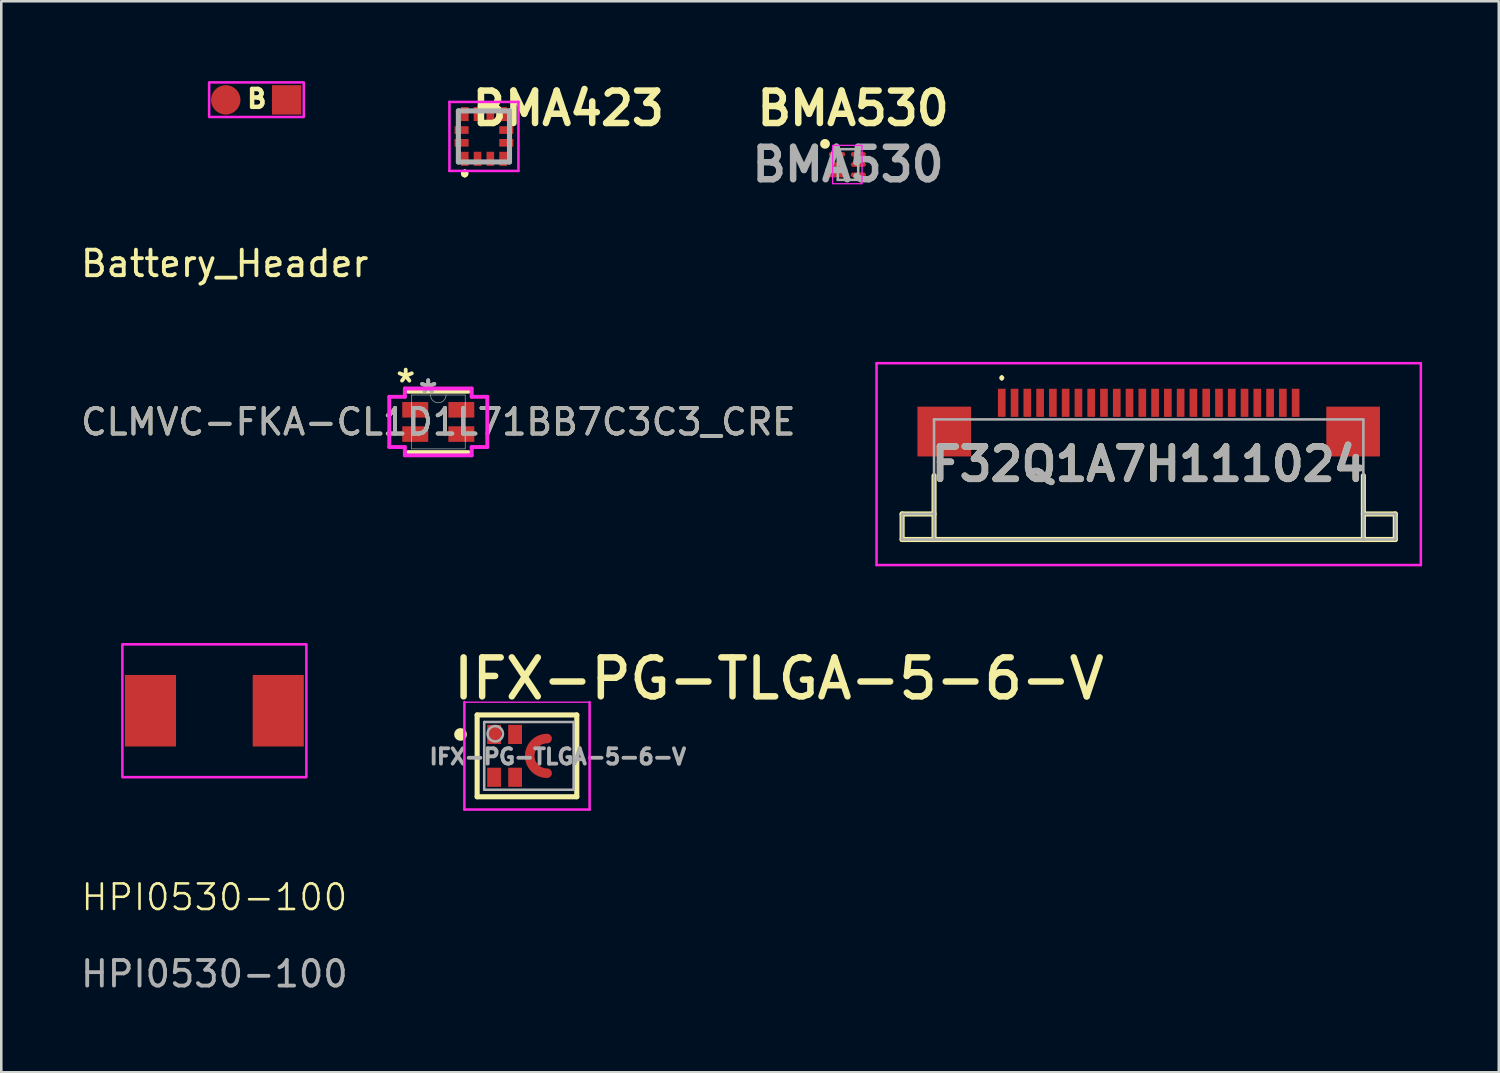
<source format=kicad_pcb>
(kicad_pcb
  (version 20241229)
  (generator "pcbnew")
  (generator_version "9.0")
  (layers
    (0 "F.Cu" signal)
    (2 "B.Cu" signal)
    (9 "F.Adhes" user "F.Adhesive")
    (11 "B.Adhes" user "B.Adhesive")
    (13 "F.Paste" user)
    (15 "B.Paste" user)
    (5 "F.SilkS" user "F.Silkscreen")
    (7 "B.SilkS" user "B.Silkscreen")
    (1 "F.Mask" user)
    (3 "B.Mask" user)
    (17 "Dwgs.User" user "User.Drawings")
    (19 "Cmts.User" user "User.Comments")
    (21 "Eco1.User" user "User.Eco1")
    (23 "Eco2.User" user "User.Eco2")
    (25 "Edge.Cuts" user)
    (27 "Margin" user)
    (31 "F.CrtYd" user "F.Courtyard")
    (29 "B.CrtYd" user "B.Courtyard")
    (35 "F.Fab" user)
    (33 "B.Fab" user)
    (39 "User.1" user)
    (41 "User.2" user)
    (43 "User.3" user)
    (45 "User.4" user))
  (footprint "IFX-PG-TLGA-5-6-V"
    (layer "F.Cu")
    (at 17.322 26.529)
    (property "Reference" "IFX-PG-TLGA-5-6-V" (at -2.76 -2.13 0) (unlocked yes) (layer "F.SilkS") (effects (font (size 1.524 1.524) (thickness 0.254)) (justify left bottom)))
    (fp_arc (start 1.034003 0.673499) (mid 0.360999 -0.001) (end 1.035001 -0.674502) (stroke (width 0.38) (type solid)) (layer "F.Mask"))
    (fp_line (start -1.7 -1.6) (end 2.2 -1.6) (stroke (width 0.2) (type solid)) (layer "F.SilkS"))
    (fp_line (start -1.7 1.6) (end -1.7 -1.6) (stroke (width 0.2) (type solid)) (layer "F.SilkS"))
    (fp_line (start -1.7 1.6) (end 2.2 1.6) (stroke (width 0.2) (type solid)) (layer "F.SilkS"))
    (fp_line (start 2.2 1.6) (end 2.2 -1.6) (stroke (width 0.2) (type solid)) (layer "F.SilkS"))
    (fp_circle (center -2.35 -0.838) (end -2.35 -0.963) (stroke (width 0.25) (type solid)) (fill no) (layer "F.SilkS"))
    (fp_arc (start 0.401232 -0.229454) (mid 0.643992 -0.549905) (end 1.025788 -0.675814) (stroke (width 0.29) (type solid)) (layer "F.Paste"))
    (fp_arc (start 1.035 0.674269) (mid 0.625737 0.534327) (end 0.385704 0.174516) (stroke (width 0.29) (type solid)) (layer "F.Paste"))
    (fp_poly (pts (xy -1.272 -1.053) (xy -1.268 -1.093) (xy -1.24 -1.121) (xy -1.212 -1.149) (xy -1.172 -1.153) (xy -1.12 -1.153) (xy -0.902 -1.153) (xy -0.862 -1.149) (xy -0.806 -1.093) (xy -0.802 -1.053) (xy -0.802 -0.623) (xy -0.806 -0.583) (xy -0.862 -0.527) (xy -0.902 -0.523) (xy -1.172 -0.523) (xy -1.212 -0.527) (xy -1.268 -0.583) (xy -1.272 -0.623)) (stroke (width 0) (type default)) (fill yes) (layer "F.Paste"))
    (fp_poly (pts (arc (start -1.272 0.623) (mid -1.242711 0.552289) (end -1.172 0.523)) (arc (start -0.902 0.523) (mid -0.831289 0.552289) (end -0.802 0.623)) (arc (start -0.802 1.053) (mid -0.831289 1.123711) (end -0.902 1.153)) (arc (start -1.172 1.153) (mid -1.242711 1.123711) (end -1.272 1.053))) (stroke (width 0) (type default)) (fill yes) (layer "F.Paste"))
    (fp_poly (pts (arc (start -0.45 -1.053) (mid -0.420711 -1.123711) (end -0.35 -1.153)) (arc (start -0.08 -1.153) (mid -0.009289 -1.123711) (end 0.02 -1.053)) (arc (start 0.02 -0.623) (mid -0.009289 -0.552289) (end -0.08 -0.523)) (arc (start -0.35 -0.523) (mid -0.420711 -0.552289) (end -0.45 -0.623))) (stroke (width 0) (type default)) (fill yes) (layer "F.Paste"))
    (fp_poly (pts (arc (start -0.45 0.623) (mid -0.420711 0.552289) (end -0.35 0.523)) (arc (start -0.08 0.523) (mid -0.009289 0.552289) (end 0.02 0.623)) (arc (start 0.02 1.053) (mid -0.009289 1.123711) (end -0.08 1.153)) (arc (start -0.35 1.153) (mid -0.420711 1.123711) (end -0.45 1.053))) (stroke (width 0) (type default)) (fill yes) (layer "F.Paste"))
    (fp_line (start -2.2 -2.1) (end 2.7 -2.1) (stroke (width 0.05) (type default)) (layer "F.CrtYd"))
    (fp_line (start -2.2 2.1) (end -2.2 -2.1) (stroke (width 0.1) (type solid)) (layer "F.CrtYd"))
    (fp_line (start -2.2 2.1) (end 2.7 2.1) (stroke (width 0.1) (type solid)) (layer "F.CrtYd"))
    (fp_line (start 2.7 2.1) (end 2.7 -2.1) (stroke (width 0.1) (type solid)) (layer "F.CrtYd"))
    (fp_line (start -1.423 -1.325) (end 2.077 -1.325) (stroke (width 0.1) (type solid)) (layer "F.Fab"))
    (fp_line (start -1.423 1.325) (end -1.423 -1.325) (stroke (width 0.1) (type solid)) (layer "F.Fab"))
    (fp_line (start -1.423 1.325) (end 2.077 1.325) (stroke (width 0.1) (type solid)) (layer "F.Fab"))
    (fp_line (start 2.077 1.325) (end 2.077 -1.325) (stroke (width 0.1) (type solid)) (layer "F.Fab"))
    (fp_circle (center -0.991 -0.864) (end -0.691 -0.864) (stroke (width 0.1) (type solid)) (fill no) (layer "F.Fab"))
    (fp_text user "${REFERENCE}" (at -3.643 0.385 0) (unlocked yes) (layer "F.Fab") (effects (font (size 0.6 0.6) (thickness 0.15)) (justify left bottom)))
    (pad "1" smd rect (at -1.037 -0.838) (size 0.54 0.75) (layers "F.Cu" "F.Mask" "F.Paste"))
    (pad "2" smd rect (at -0.215 -0.838) (size 0.54 0.75) (layers "F.Cu" "F.Mask" "F.Paste"))
    (pad "3" smd rect (at -1.037 0.838) (size 0.54 0.75) (layers "F.Cu" "F.Mask" "F.Paste"))
    (pad "4" smd rect (at -0.215 0.838) (size 0.54 0.75) (layers "F.Cu" "F.Mask" "F.Paste"))
    (pad "5" smd custom (at 0.358 0.001) (size 0.3 0.3) (layers "F.Cu" "F.Mask") (options (anchor circle)) (primitives (gr_arc (start 0.6775 0.6775) (mid -0.0005 0) (end 0.6775 -0.6775) (width 0.38)))))
  (footprint "Battery_Header"
    (layer "F.Cu")
    (at 6.834 0.925)
    (property "Reference" "Battery_Header" (at -1.09 6.34 0) (layer "F.SilkS") (effects (font (size 1 1) (thickness 0.15))))
    (attr through_hole)
    (fp_rect (start -1.7 -0.75) (end 2.003 0.603) (stroke (width 0.1) (type default)) (fill no) (layer "F.CrtYd"))
    (fp_text user "B" (at -0.3 0.3 0) (unlocked yes) (layer "F.SilkS") (effects (font (size 0.7 0.7) (thickness 0.175) (bold yes)) (justify left bottom)))
    (pad "1" smd oval (at -1.05 -0.067 270) (size 1.15 1.15) (layers "F.Cu" "F.Mask" "F.Paste"))
    (pad "2" smd rect (at 1.333 -0.067 270) (size 1.15 1.15) (layers "F.Cu" "F.Mask" "F.Paste")))
  (footprint "F32Q1A7H111024"
    (layer "F.Cu")
    (at 41.902 15.388)
    (property "Reference" "F32Q1A7H111024" (at 0 -0.275 0) (layer "F.SilkS") (effects (font (size 1.27 1.27) (thickness 0.254))))
    (attr smd)
    (fp_line (start -9.65 1.675) (end -9.65 2.675) (stroke (width 0.2) (type solid)) (layer "F.SilkS"))
    (fp_line (start -9.65 2.675) (end -8.4 2.675) (stroke (width 0.2) (type solid)) (layer "F.SilkS"))
    (fp_line (start -8.4 0.175) (end -8.4 2.675) (stroke (width 0.2) (type solid)) (layer "F.SilkS"))
    (fp_line (start -8.4 1.675) (end -9.65 1.675) (stroke (width 0.2) (type solid)) (layer "F.SilkS"))
    (fp_line (start -8.4 2.675) (end 8.4 2.675) (stroke (width 0.2) (type solid)) (layer "F.SilkS"))
    (fp_line (start -5.75 -3.7) (end -5.75 -3.7) (stroke (width 0.1) (type solid)) (layer "F.SilkS"))
    (fp_line (start -5.75 -3.6) (end -5.75 -3.6) (stroke (width 0.1) (type solid)) (layer "F.SilkS"))
    (fp_line (start 8.4 1.675) (end 9.65 1.675) (stroke (width 0.2) (type solid)) (layer "F.SilkS"))
    (fp_line (start 8.4 2.675) (end 8.4 0.175) (stroke (width 0.2) (type solid)) (layer "F.SilkS"))
    (fp_line (start 9.65 1.675) (end 9.65 2.675) (stroke (width 0.2) (type solid)) (layer "F.SilkS"))
    (fp_line (start 9.65 2.675) (end 8.4 2.675) (stroke (width 0.2) (type solid)) (layer "F.SilkS"))
    (fp_arc (start -5.75 -3.7) (mid -5.7 -3.65) (end -5.75 -3.6) (stroke (width 0.1) (type solid)) (layer "F.SilkS"))
    (fp_arc (start -5.75 -3.6) (mid -5.8 -3.65) (end -5.75 -3.7) (stroke (width 0.1) (type solid)) (layer "F.SilkS"))
    (fp_line (start -10.65 -4.225) (end 10.65 -4.225) (stroke (width 0.1) (type solid)) (layer "F.CrtYd"))
    (fp_line (start -10.65 3.675) (end -10.65 -4.225) (stroke (width 0.1) (type solid)) (layer "F.CrtYd"))
    (fp_line (start 10.65 -4.225) (end 10.65 3.675) (stroke (width 0.1) (type solid)) (layer "F.CrtYd"))
    (fp_line (start 10.65 3.675) (end -10.65 3.675) (stroke (width 0.1) (type solid)) (layer "F.CrtYd"))
    (fp_line (start -9.65 1.675) (end -8.4 1.675) (stroke (width 0.1) (type solid)) (layer "F.Fab"))
    (fp_line (start -9.65 2.675) (end -9.65 1.675) (stroke (width 0.1) (type solid)) (layer "F.Fab"))
    (fp_line (start -8.4 -2.025) (end -8.4 2.675) (stroke (width 0.1) (type solid)) (layer "F.Fab"))
    (fp_line (start -8.4 2.675) (end -9.65 2.675) (stroke (width 0.1) (type solid)) (layer "F.Fab"))
    (fp_line (start -8.4 2.675) (end 8.4 2.675) (stroke (width 0.1) (type solid)) (layer "F.Fab"))
    (fp_line (start 8.4 -2.025) (end -8.4 -2.025) (stroke (width 0.1) (type solid)) (layer "F.Fab"))
    (fp_line (start 8.4 2.675) (end 8.4 -2.025) (stroke (width 0.1) (type solid)) (layer "F.Fab"))
    (fp_line (start 8.4 2.675) (end 9.65 2.675) (stroke (width 0.1) (type solid)) (layer "F.Fab"))
    (fp_line (start 9.65 1.675) (end 8.4 1.675) (stroke (width 0.1) (type solid)) (layer "F.Fab"))
    (fp_line (start 9.65 2.675) (end 9.65 1.675) (stroke (width 0.1) (type solid)) (layer "F.Fab"))
    (fp_text user "${REFERENCE}" (at 0 -0.275 0) (layer "F.Fab") (effects (font (size 1.27 1.27) (thickness 0.254))))
    (pad "1" smd rect (at -5.75 -2.675) (size 0.3 1.1) (layers "F.Cu" "F.Mask" "F.Paste"))
    (pad "2" smd rect (at -5.25 -2.675) (size 0.3 1.1) (layers "F.Cu" "F.Mask" "F.Paste"))
    (pad "3" smd rect (at -4.75 -2.675) (size 0.3 1.1) (layers "F.Cu" "F.Mask" "F.Paste"))
    (pad "4" smd rect (at -4.25 -2.675) (size 0.3 1.1) (layers "F.Cu" "F.Mask" "F.Paste"))
    (pad "5" smd rect (at -3.75 -2.675) (size 0.3 1.1) (layers "F.Cu" "F.Mask" "F.Paste"))
    (pad "6" smd rect (at -3.25 -2.675) (size 0.3 1.1) (layers "F.Cu" "F.Mask" "F.Paste"))
    (pad "7" smd rect (at -2.75 -2.675) (size 0.3 1.1) (layers "F.Cu" "F.Mask" "F.Paste"))
    (pad "8" smd rect (at -2.25 -2.675) (size 0.3 1.1) (layers "F.Cu" "F.Mask" "F.Paste"))
    (pad "9" smd rect (at -1.75 -2.675) (size 0.3 1.1) (layers "F.Cu" "F.Mask" "F.Paste"))
    (pad "10" smd rect (at -1.25 -2.675) (size 0.3 1.1) (layers "F.Cu" "F.Mask" "F.Paste"))
    (pad "11" smd rect (at -0.75 -2.675) (size 0.3 1.1) (layers "F.Cu" "F.Mask" "F.Paste"))
    (pad "12" smd rect (at -0.25 -2.675) (size 0.3 1.1) (layers "F.Cu" "F.Mask" "F.Paste"))
    (pad "13" smd rect (at 0.25 -2.675) (size 0.3 1.1) (layers "F.Cu" "F.Mask" "F.Paste"))
    (pad "14" smd rect (at 0.75 -2.675) (size 0.3 1.1) (layers "F.Cu" "F.Mask" "F.Paste"))
    (pad "15" smd rect (at 1.25 -2.675) (size 0.3 1.1) (layers "F.Cu" "F.Mask" "F.Paste"))
    (pad "16" smd rect (at 1.75 -2.675) (size 0.3 1.1) (layers "F.Cu" "F.Mask" "F.Paste"))
    (pad "17" smd rect (at 2.25 -2.675) (size 0.3 1.1) (layers "F.Cu" "F.Mask" "F.Paste"))
    (pad "18" smd rect (at 2.75 -2.675) (size 0.3 1.1) (layers "F.Cu" "F.Mask" "F.Paste"))
    (pad "19" smd rect (at 3.25 -2.675) (size 0.3 1.1) (layers "F.Cu" "F.Mask" "F.Paste"))
    (pad "20" smd rect (at 3.75 -2.675) (size 0.3 1.1) (layers "F.Cu" "F.Mask" "F.Paste"))
    (pad "21" smd rect (at 4.25 -2.675) (size 0.3 1.1) (layers "F.Cu" "F.Mask" "F.Paste"))
    (pad "22" smd rect (at 4.75 -2.675) (size 0.3 1.1) (layers "F.Cu" "F.Mask" "F.Paste"))
    (pad "23" smd rect (at 5.25 -2.675) (size 0.3 1.1) (layers "F.Cu" "F.Mask" "F.Paste"))
    (pad "24" smd rect (at 5.75 -2.675) (size 0.3 1.1) (layers "F.Cu" "F.Mask" "F.Paste"))
    (pad "MP1" smd rect (at -8 -1.55 90) (size 1.95 2.1) (layers "F.Cu" "F.Mask" "F.Paste"))
    (pad "MP2" smd rect (at 8 -1.55 90) (size 1.95 2.1) (layers "F.Cu" "F.Mask" "F.Paste")))
  (footprint "CLMVC-FKA-CL1D1L71BB7C3C3_CRE"
    (layer "F.Cu")
    (at 14.101 13.461)
    (property "Reference" "CLMVC-FKA-CL1D1L71BB7C3C3_CRE" (at 0 0 0) (unlocked yes) (layer "F.SilkS") (effects (font (size 1 1) (thickness 0.15))))
    (attr smd)
    (fp_line (start -1.181 1.181) (end 1.181 1.181) (stroke (width 0.152) (type solid)) (layer "F.SilkS"))
    (fp_line (start 1.181 -1.181) (end -1.181 -1.181) (stroke (width 0.152) (type solid)) (layer "F.SilkS"))
    (fp_line (start -1.918 -0.983) (end -1.308 -0.983) (stroke (width 0.152) (type solid)) (layer "F.CrtYd"))
    (fp_line (start -1.918 0.983) (end -1.918 -0.983) (stroke (width 0.152) (type solid)) (layer "F.CrtYd"))
    (fp_line (start -1.918 0.983) (end -1.308 0.983) (stroke (width 0.152) (type solid)) (layer "F.CrtYd"))
    (fp_line (start -1.308 -1.308) (end 1.308 -1.308) (stroke (width 0.152) (type solid)) (layer "F.CrtYd"))
    (fp_line (start -1.308 -0.983) (end -1.308 -1.308) (stroke (width 0.152) (type solid)) (layer "F.CrtYd"))
    (fp_line (start -1.308 1.308) (end -1.308 0.983) (stroke (width 0.152) (type solid)) (layer "F.CrtYd"))
    (fp_line (start 1.308 -1.308) (end 1.308 -0.983) (stroke (width 0.152) (type solid)) (layer "F.CrtYd"))
    (fp_line (start 1.308 0.983) (end 1.308 1.308) (stroke (width 0.152) (type solid)) (layer "F.CrtYd"))
    (fp_line (start 1.308 1.308) (end -1.308 1.308) (stroke (width 0.152) (type solid)) (layer "F.CrtYd"))
    (fp_line (start 1.918 -0.983) (end 1.308 -0.983) (stroke (width 0.152) (type solid)) (layer "F.CrtYd"))
    (fp_line (start 1.918 -0.983) (end 1.918 0.983) (stroke (width 0.152) (type solid)) (layer "F.CrtYd"))
    (fp_line (start 1.918 0.983) (end 1.308 0.983) (stroke (width 0.152) (type solid)) (layer "F.CrtYd"))
    (fp_line (start -1.054 -1.054) (end -1.054 1.054) (stroke (width 0.025) (type solid)) (layer "F.Fab"))
    (fp_line (start -1.054 -0.754) (end -1.054 -0.754) (stroke (width 0.025) (type solid)) (layer "F.Fab"))
    (fp_line (start -1.054 -0.754) (end -1.054 -0.196) (stroke (width 0.025) (type solid)) (layer "F.Fab"))
    (fp_line (start -1.054 -0.196) (end -1.054 -0.754) (stroke (width 0.025) (type solid)) (layer "F.Fab"))
    (fp_line (start -1.054 -0.196) (end -1.054 -0.196) (stroke (width 0.025) (type solid)) (layer "F.Fab"))
    (fp_line (start -1.054 0.196) (end -1.054 0.196) (stroke (width 0.025) (type solid)) (layer "F.Fab"))
    (fp_line (start -1.054 0.196) (end -1.054 0.754) (stroke (width 0.025) (type solid)) (layer "F.Fab"))
    (fp_line (start -1.054 0.754) (end -1.054 0.196) (stroke (width 0.025) (type solid)) (layer "F.Fab"))
    (fp_line (start -1.054 0.754) (end -1.054 0.754) (stroke (width 0.025) (type solid)) (layer "F.Fab"))
    (fp_line (start -1.054 1.054) (end 1.054 1.054) (stroke (width 0.025) (type solid)) (layer "F.Fab"))
    (fp_line (start 1.054 -1.054) (end -1.054 -1.054) (stroke (width 0.025) (type solid)) (layer "F.Fab"))
    (fp_line (start 1.054 -0.754) (end 1.054 -0.754) (stroke (width 0.025) (type solid)) (layer "F.Fab"))
    (fp_line (start 1.054 -0.754) (end 1.054 -0.196) (stroke (width 0.025) (type solid)) (layer "F.Fab"))
    (fp_line (start 1.054 -0.196) (end 1.054 -0.754) (stroke (width 0.025) (type solid)) (layer "F.Fab"))
    (fp_line (start 1.054 -0.196) (end 1.054 -0.196) (stroke (width 0.025) (type solid)) (layer "F.Fab"))
    (fp_line (start 1.054 0.196) (end 1.054 0.196) (stroke (width 0.025) (type solid)) (layer "F.Fab"))
    (fp_line (start 1.054 0.196) (end 1.054 0.754) (stroke (width 0.025) (type solid)) (layer "F.Fab"))
    (fp_line (start 1.054 0.754) (end 1.054 0.196) (stroke (width 0.025) (type solid)) (layer "F.Fab"))
    (fp_line (start 1.054 0.754) (end 1.054 0.754) (stroke (width 0.025) (type solid)) (layer "F.Fab"))
    (fp_line (start 1.054 1.054) (end 1.054 -1.054) (stroke (width 0.025) (type solid)) (layer "F.Fab"))
    (fp_arc (start 0.3048 -1.0541) (mid 0 -0.7493) (end -0.3048 -1.0541) (stroke (width 0.0254) (type solid)) (layer "F.Fab"))
    (fp_text user "*" (at -1.275 -1.5 0) (unlocked yes) (layer "F.SilkS") (effects (font (size 1 1) (thickness 0.15))))
    (fp_text user "*" (at -0.394 -1.085 0) (layer "F.Fab") (effects (font (size 1 1) (thickness 0.15))))
    (fp_text user "${REFERENCE}" (at 0 0 0) (unlocked yes) (layer "F.Fab") (effects (font (size 1 1) (thickness 0.15))))
    (fp_text user "*" (at -0.394 -1.085 0) (layer "F.Fab") (effects (font (size 1 1) (thickness 0.15))))
    (pad "1" smd rect (at -0.902 -0.475) (size 1.016 0.61) (layers "F.Cu" "F.Mask" "F.Paste"))
    (pad "2" smd rect (at 0.902 -0.475) (size 1.016 0.61) (layers "F.Cu" "F.Mask" "F.Paste"))
    (pad "3" smd rect (at 0.902 0.475) (size 1.016 0.61) (layers "F.Cu" "F.Mask" "F.Paste"))
    (pad "4" smd rect (at -0.902 0.475) (size 1.016 0.61) (layers "F.Cu" "F.Mask" "F.Paste")))
  (footprint "BMA530"
    (layer "F.Cu")
    (at 30.135 3.389)
    (property "Reference" "BMA530" (at 0.2 -2.2 0) (layer "F.SilkS") (effects (font (size 1.27 1.27) (thickness 0.254))))
    (attr smd)
    (fp_circle (center -0.9 -0.809) (end -0.759 -0.809) (stroke (width 0.1) (type solid)) (fill yes) (layer "F.SilkS"))
    (fp_rect (start -0.6 -0.75) (end 0.55 0.75) (stroke (width 0.05) (type default)) (fill no) (layer "F.CrtYd"))
    (fp_line (start -0.4 -0.6) (end 0.4 -0.6) (stroke (width 0.1) (type solid)) (layer "F.Fab"))
    (fp_line (start -0.4 0.6) (end -0.4 -0.6) (stroke (width 0.1) (type solid)) (layer "F.Fab"))
    (fp_line (start 0.4 -0.6) (end 0.4 0.6) (stroke (width 0.1) (type solid)) (layer "F.Fab"))
    (fp_line (start 0.4 0.6) (end -0.4 0.6) (stroke (width 0.1) (type solid)) (layer "F.Fab"))
    (fp_text user "${REFERENCE}" (at 0 0 0) (layer "F.Fab") (effects (font (size 1.27 1.27) (thickness 0.254))))
    (pad "A1" smd oval (at -0.43 -0.4 90) (size 0.18 0.64) (layers "F.Cu" "F.Mask" "F.Paste"))
    (pad "A2" smd oval (at 0.405 -0.4 90) (size 0.18 0.59) (layers "F.Cu" "F.Mask" "F.Paste"))
    (pad "B1" smd oval (at -0.43 0 90) (size 0.18 0.64) (layers "F.Cu" "F.Mask" "F.Paste"))
    (pad "B2" smd oval (at 0.405 0 90) (size 0.18 0.59) (layers "F.Cu" "F.Mask" "F.Paste"))
    (pad "C1" smd oval (at -0.43 0.405 90) (size 0.19 0.64) (layers "F.Cu" "F.Mask" "F.Paste"))
    (pad "C2" smd oval (at 0.405 0.4 90) (size 0.18 0.59) (layers "F.Cu" "F.Mask" "F.Paste")))
  (footprint "BMA423"
    (layer "F.Cu")
    (at 15.888 2.289)
    (property "Reference" "BMA423" (at 3.3 -1.1 0) (layer "F.SilkS") (effects (font (size 1.27 1.27) (thickness 0.254))))
    (attr smd)
    (fp_line (start -0.75 1.4) (end -0.75 1.4) (stroke (width 0.2) (type solid)) (layer "F.SilkS"))
    (fp_line (start -0.75 1.4) (end -0.75 1.4) (stroke (width 0.2) (type solid)) (layer "F.SilkS"))
    (fp_line (start -0.75 1.5) (end -0.75 1.5) (stroke (width 0.2) (type solid)) (layer "F.SilkS"))
    (fp_arc (start -0.75 1.4) (mid -0.7 1.45) (end -0.75 1.5) (stroke (width 0.2) (type solid)) (layer "F.SilkS"))
    (fp_arc (start -0.75 1.5) (mid -0.8 1.45) (end -0.75 1.4) (stroke (width 0.2) (type solid)) (layer "F.SilkS"))
    (fp_arc (start -0.75 1.5) (mid -0.8 1.45) (end -0.75 1.4) (stroke (width 0.2) (type solid)) (layer "F.SilkS"))
    (fp_line (start -1.35 -1.35) (end 1.35 -1.35) (stroke (width 0.1) (type solid)) (layer "F.CrtYd"))
    (fp_line (start -1.35 1.35) (end -1.35 -1.35) (stroke (width 0.1) (type solid)) (layer "F.CrtYd"))
    (fp_line (start 1.35 -1.35) (end 1.35 1.35) (stroke (width 0.1) (type solid)) (layer "F.CrtYd"))
    (fp_line (start 1.35 1.35) (end -1.35 1.35) (stroke (width 0.1) (type solid)) (layer "F.CrtYd"))
    (fp_line (start -1 -1) (end 1 -1) (stroke (width 0.2) (type solid)) (layer "F.Fab"))
    (fp_line (start -1 1) (end -1 -1) (stroke (width 0.2) (type solid)) (layer "F.Fab"))
    (fp_line (start 1 -1) (end 1 1) (stroke (width 0.2) (type solid)) (layer "F.Fab"))
    (fp_line (start 1 1) (end -1 1) (stroke (width 0.2) (type solid)) (layer "F.Fab"))
    (pad "1" smd rect (at -0.75 0.875) (size 0.3 0.55) (layers "F.Cu" "F.Mask" "F.Paste"))
    (pad "2" smd rect (at -0.25 0.875) (size 0.3 0.55) (layers "F.Cu" "F.Mask" "F.Paste"))
    (pad "3" smd rect (at 0.25 0.875) (size 0.3 0.55) (layers "F.Cu" "F.Mask" "F.Paste"))
    (pad "4" smd rect (at 0.75 0.875) (size 0.3 0.55) (layers "F.Cu" "F.Mask" "F.Paste"))
    (pad "5" smd rect (at 0.875 0.25 90) (size 0.3 0.55) (layers "F.Cu" "F.Mask" "F.Paste"))
    (pad "6" smd rect (at 0.875 -0.25 90) (size 0.3 0.55) (layers "F.Cu" "F.Mask" "F.Paste"))
    (pad "7" smd rect (at 0.75 -0.875) (size 0.3 0.55) (layers "F.Cu" "F.Mask" "F.Paste"))
    (pad "8" smd rect (at 0.25 -0.875) (size 0.3 0.55) (layers "F.Cu" "F.Mask" "F.Paste"))
    (pad "9" smd rect (at -0.25 -0.875) (size 0.3 0.55) (layers "F.Cu" "F.Mask" "F.Paste"))
    (pad "10" smd rect (at -0.75 -0.875) (size 0.3 0.55) (layers "F.Cu" "F.Mask" "F.Paste"))
    (pad "11" smd rect (at -0.875 -0.25 90) (size 0.3 0.55) (layers "F.Cu" "F.Mask" "F.Paste"))
    (pad "12" smd rect (at -0.875 0.25 90) (size 0.3 0.55) (layers "F.Cu" "F.Mask" "F.Paste")))
  (footprint "HPI0530-100"
    (layer "F.Cu")
    (at 5.339 25.013)
    (property "Reference" "HPI0530-100" (at 0 7.05 0) (unlocked yes) (layer "F.SilkS") (effects (font (size 1 1) (thickness 0.1))))
    (attr smd)
    (fp_rect (start -3.6 -2.85) (end 3.6 2.35) (stroke (width 0.1) (type default)) (fill no) (layer "F.CrtYd"))
    (fp_text user "${REFERENCE}" (at 0 10.05 0) (unlocked yes) (layer "F.Fab") (effects (font (size 1 1) (thickness 0.15))))
    (pad "1" smd rect (at 2.5 -0.25 90) (size 2.8 2) (layers "F.Cu" "F.Mask" "F.Paste"))
    (pad "2" smd rect (at -2.5 -0.25 90) (size 2.8 2) (layers "F.Cu" "F.Mask" "F.Paste")))
  (gr_rect
    (start -3 -3)
    (end 55.602 38.911)
    (stroke (width 0.1) (type default))
    (fill no)
    (layer "Edge.Cuts")))
</source>
